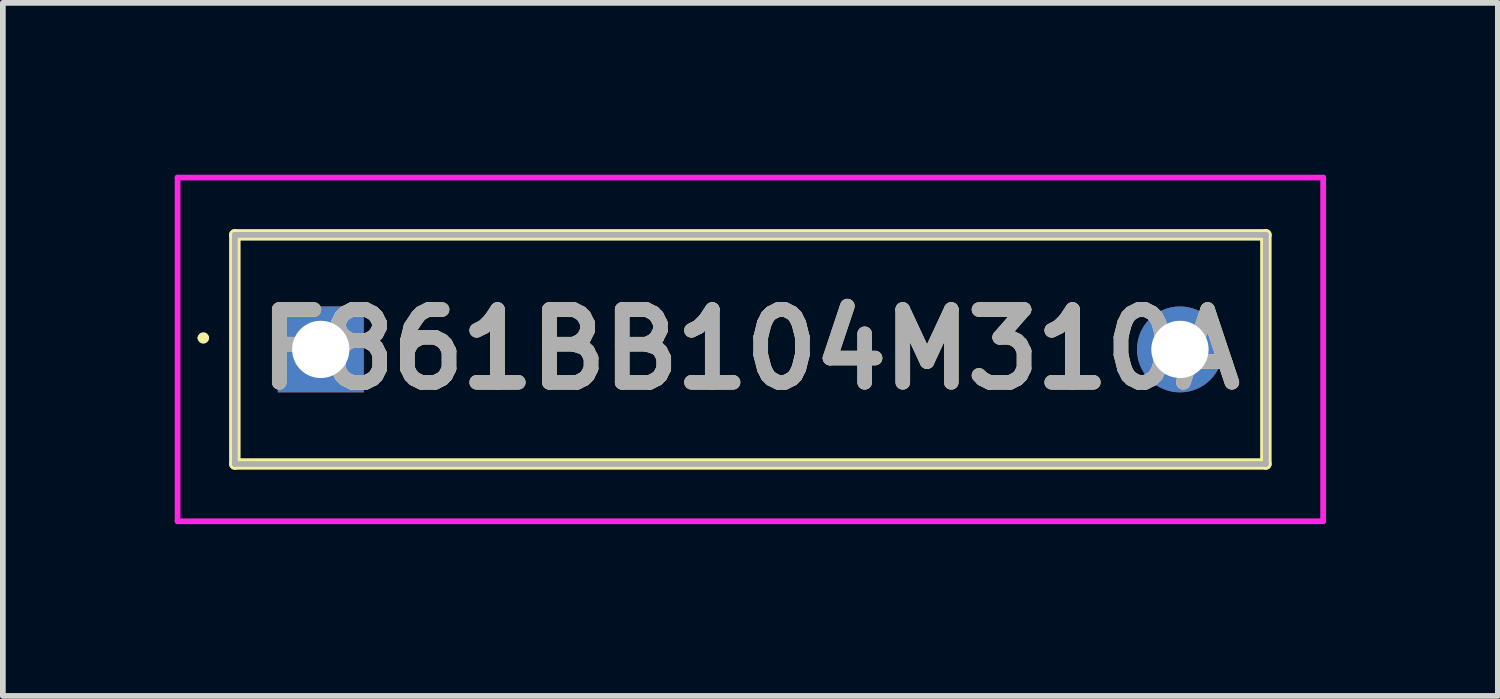
<source format=kicad_pcb>
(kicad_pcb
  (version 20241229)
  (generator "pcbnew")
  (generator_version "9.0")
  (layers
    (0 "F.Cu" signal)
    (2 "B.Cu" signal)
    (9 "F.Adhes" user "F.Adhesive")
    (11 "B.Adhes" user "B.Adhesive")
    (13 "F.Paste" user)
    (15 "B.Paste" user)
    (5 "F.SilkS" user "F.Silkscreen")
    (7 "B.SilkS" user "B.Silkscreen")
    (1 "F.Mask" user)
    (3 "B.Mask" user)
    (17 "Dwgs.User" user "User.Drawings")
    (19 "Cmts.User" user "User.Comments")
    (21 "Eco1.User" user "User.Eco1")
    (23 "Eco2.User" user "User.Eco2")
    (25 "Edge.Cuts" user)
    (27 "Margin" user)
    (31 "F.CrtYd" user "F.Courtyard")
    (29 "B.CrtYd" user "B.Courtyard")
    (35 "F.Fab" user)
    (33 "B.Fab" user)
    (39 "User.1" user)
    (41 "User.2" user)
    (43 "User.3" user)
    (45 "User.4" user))
  (footprint "F861BB104M310A"
    (layer "F.Cu")
    (at 2.55 3.05)
    (property "Reference" "F861BB104M310A" (at 7.5 0 0) (layer "F.SilkS") (effects (font (size 1.27 1.27) (thickness 0.254))))
    (attr through_hole)
    (fp_line (start -2.1 -0.2) (end -2.1 -0.2) (stroke (width 0.1) (type solid)) (layer "F.SilkS"))
    (fp_line (start -2 -0.2) (end -2 -0.2) (stroke (width 0.1) (type solid)) (layer "F.SilkS"))
    (fp_line (start -1.5 -2) (end 16.5 -2) (stroke (width 0.2) (type solid)) (layer "F.SilkS"))
    (fp_line (start -1.5 2) (end -1.5 -2) (stroke (width 0.2) (type solid)) (layer "F.SilkS"))
    (fp_line (start 16.5 -2) (end 16.5 2) (stroke (width 0.2) (type solid)) (layer "F.SilkS"))
    (fp_line (start 16.5 2) (end -1.5 2) (stroke (width 0.2) (type solid)) (layer "F.SilkS"))
    (fp_arc (start -2.1 -0.2) (mid -2.05 -0.25) (end -2 -0.2) (stroke (width 0.1) (type solid)) (layer "F.SilkS"))
    (fp_arc (start -2 -0.2) (mid -2.05 -0.15) (end -2.1 -0.2) (stroke (width 0.1) (type solid)) (layer "F.SilkS"))
    (fp_line (start -2.5 -3) (end 17.5 -3) (stroke (width 0.1) (type solid)) (layer "F.CrtYd"))
    (fp_line (start -2.5 3) (end -2.5 -3) (stroke (width 0.1) (type solid)) (layer "F.CrtYd"))
    (fp_line (start 17.5 -3) (end 17.5 3) (stroke (width 0.1) (type solid)) (layer "F.CrtYd"))
    (fp_line (start 17.5 3) (end -2.5 3) (stroke (width 0.1) (type solid)) (layer "F.CrtYd"))
    (fp_line (start -1.5 -2) (end 16.5 -2) (stroke (width 0.1) (type solid)) (layer "F.Fab"))
    (fp_line (start -1.5 2) (end -1.5 -2) (stroke (width 0.1) (type solid)) (layer "F.Fab"))
    (fp_line (start 16.5 -2) (end 16.5 2) (stroke (width 0.1) (type solid)) (layer "F.Fab"))
    (fp_line (start 16.5 2) (end -1.5 2) (stroke (width 0.1) (type solid)) (layer "F.Fab"))
    (fp_text user "${REFERENCE}" (at 7.5 0 0) (layer "F.Fab") (effects (font (size 1.27 1.27) (thickness 0.254))))
    (pad "1" thru_hole rect (at 0 0) (size 1.5 1.5) (drill 1) (layers "*.Cu" "*.Mask"))
    (pad "2" thru_hole circle (at 15 0) (size 1.5 1.5) (drill 1) (layers "*.Cu" "*.Mask")))
  (gr_rect
    (start -3 -3)
    (end 23.1 9.1)
    (stroke (width 0.1) (type default))
    (fill no)
    (layer "Edge.Cuts")))
</source>
